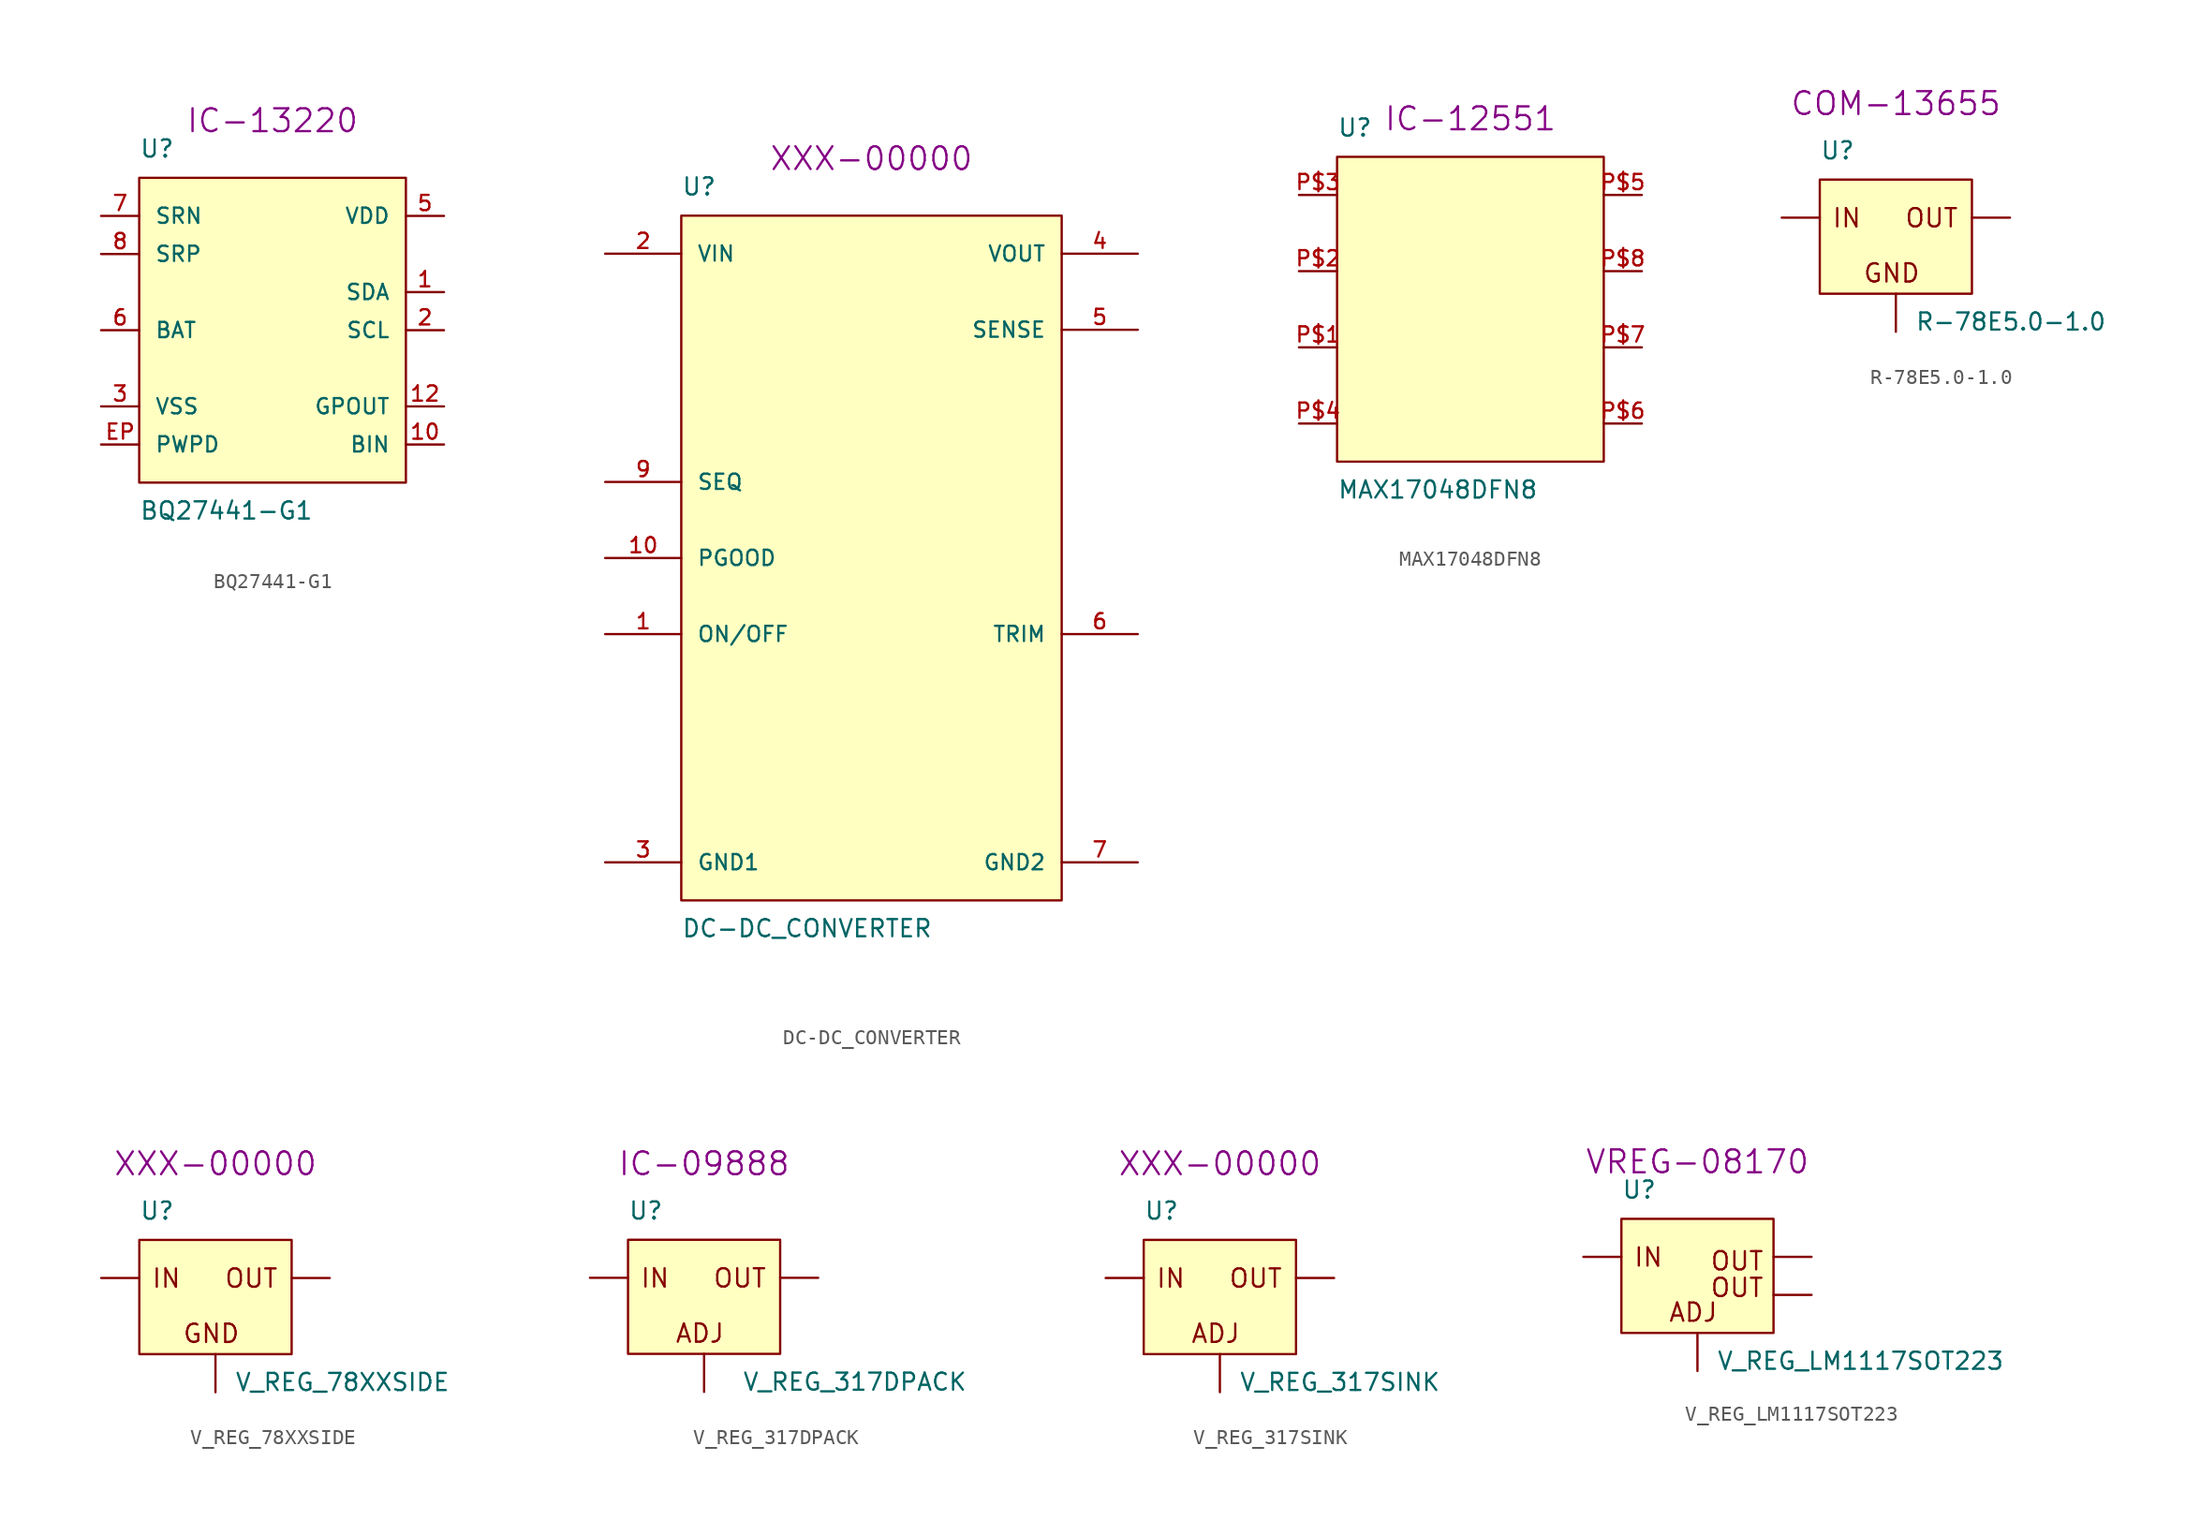
<source format=kicad_sym>
(kicad_symbol_lib
  (version 20201005)
  (generator kicad_symbol_editor)
  (symbol "BQ27441-G1"
    (pin_names
      (offset 1.016))
    (property "Reference" "U"
      (at -8.89 11.43 0)
      (effects (font (size 1.143 1.143)) (justify left bottom)))
    (property "Value" "BQ27441-G1"
      (at -8.89 -12.7 0)
      (effects (font (size 1.143 1.143)) (justify left bottom)))
    (property "Field4" "IC-13220"
      (at 0 13.97 0)
      (effects (font (size 1.524 1.524))))
    (property "ki_locked" ""
      (at 0 0 0)
      (effects (font (size 1.27 1.27))))
    (symbol "BQ27441-G1_1_1"
      (polyline (pts (xy -8.89 10.16) (xy -8.89 -10.16) (xy 8.89 -10.16) (xy 8.89 10.16) (xy -8.89 10.16)) (stroke (width 0)) (fill (type background)))
      (pin bidirectional line (at 11.43 2.54 180) (length 2.54) (name "SDA" (effects (font (size 1.016 1.016)))) (number "1" (effects (font (size 1.016 1.016)))))
      (pin bidirectional line (at 11.43 0 180) (length 2.54) (name "SCL" (effects (font (size 1.016 1.016)))) (number "2" (effects (font (size 1.016 1.016)))))
      (pin bidirectional line (at -11.43 -5.08 0) (length 2.54) (name "VSS" (effects (font (size 1.016 1.016)))) (number "3" (effects (font (size 1.016 1.016)))))
      (pin bidirectional line (at 11.43 7.62 180) (length 2.54) (name "VDD" (effects (font (size 1.016 1.016)))) (number "5" (effects (font (size 1.016 1.016)))))
      (pin bidirectional line (at -11.43 0 0) (length 2.54) (name "BAT" (effects (font (size 1.016 1.016)))) (number "6" (effects (font (size 1.016 1.016)))))
      (pin bidirectional line (at -11.43 7.62 0) (length 2.54) (name "SRN" (effects (font (size 1.016 1.016)))) (number "7" (effects (font (size 1.016 1.016)))))
      (pin bidirectional line (at -11.43 5.08 0) (length 2.54) (name "SRP" (effects (font (size 1.016 1.016)))) (number "8" (effects (font (size 1.016 1.016)))))
      (pin bidirectional line (at 11.43 -7.62 180) (length 2.54) (name "BIN" (effects (font (size 1.016 1.016)))) (number "10" (effects (font (size 1.016 1.016)))))
      (pin bidirectional line (at 11.43 -5.08 180) (length 2.54) (name "GPOUT" (effects (font (size 1.016 1.016)))) (number "12" (effects (font (size 1.016 1.016)))))
      (pin bidirectional line (at -11.43 -7.62 0) (length 2.54) (name "PWPD" (effects (font (size 1.016 1.016)))) (number "EP" (effects (font (size 1.016 1.016)))))
      (pin bidirectional line (at -11.43 -7.62 0) (length 2.54) hide (name "PWPD" (effects (font (size 1.016 1.016)))) (number "EP1" (effects (font (size 1.016 1.016)))))
      (pin bidirectional line (at -11.43 -7.62 0) (length 2.54) hide (name "PWPD" (effects (font (size 1.016 1.016)))) (number "EP2" (effects (font (size 1.016 1.016)))))
      (pin bidirectional line (at -11.43 -7.62 0) (length 2.54) hide (name "PWPD" (effects (font (size 1.016 1.016)))) (number "EP3" (effects (font (size 1.016 1.016)))))
      (pin bidirectional line (at -11.43 -7.62 0) (length 2.54) hide (name "PWPD" (effects (font (size 1.016 1.016)))) (number "EP4" (effects (font (size 1.016 1.016)))))))
  (symbol "DC-DC_CONVERTER"
    (pin_names
      (offset 1.016))
    (property "Reference" "U"
      (at -12.7 24.13 0)
      (effects (font (size 1.143 1.143)) (justify left bottom)))
    (property "Value" "DC-DC_CONVERTER"
      (at -12.7 -25.4 0)
      (effects (font (size 1.143 1.143)) (justify left bottom)))
    (property "Field4" "XXX-00000"
      (at 0 26.67 0)
      (effects (font (size 1.524 1.524))))
    (property "ki_locked" ""
      (at 0 0 0)
      (effects (font (size 1.27 1.27))))
    (symbol "DC-DC_CONVERTER_1_1"
      (polyline (pts (xy -12.7 22.86) (xy -12.7 -22.86) (xy 12.7 -22.86) (xy 12.7 22.86) (xy -12.7 22.86)) (stroke (width 0)) (fill (type background)))
      (pin bidirectional line (at -17.78 -5.08 0) (length 5.08) (name "ON/OFF" (effects (font (size 1.016 1.016)))) (number "1" (effects (font (size 1.016 1.016)))))
      (pin bidirectional line (at -17.78 20.32 0) (length 5.08) (name "VIN" (effects (font (size 1.016 1.016)))) (number "2" (effects (font (size 1.016 1.016)))))
      (pin bidirectional line (at -17.78 -20.32 0) (length 5.08) (name "GND1" (effects (font (size 1.016 1.016)))) (number "3" (effects (font (size 1.016 1.016)))))
      (pin bidirectional line (at 17.78 20.32 180) (length 5.08) (name "VOUT" (effects (font (size 1.016 1.016)))) (number "4" (effects (font (size 1.016 1.016)))))
      (pin bidirectional line (at 17.78 15.24 180) (length 5.08) (name "SENSE" (effects (font (size 1.016 1.016)))) (number "5" (effects (font (size 1.016 1.016)))))
      (pin bidirectional line (at 17.78 -5.08 180) (length 5.08) (name "TRIM" (effects (font (size 1.016 1.016)))) (number "6" (effects (font (size 1.016 1.016)))))
      (pin bidirectional line (at 17.78 -20.32 180) (length 5.08) (name "GND2" (effects (font (size 1.016 1.016)))) (number "7" (effects (font (size 1.016 1.016)))))
      (pin bidirectional line (at -17.78 5.08 0) (length 5.08) (name "SEQ" (effects (font (size 1.016 1.016)))) (number "9" (effects (font (size 1.016 1.016)))))
      (pin bidirectional line (at -17.78 0 0) (length 5.08) (name "PGOOD" (effects (font (size 1.016 1.016)))) (number "10" (effects (font (size 1.016 1.016)))))))
  (symbol "MAX17048DFN8"
    (pin_names
      (offset 1.016) hide)
    (property "Reference" "U"
      (at -8.89 11.43 0)
      (effects (font (size 1.143 1.143)) (justify left bottom)))
    (property "Value" "MAX17048DFN8"
      (at -8.89 -12.7 0)
      (effects (font (size 1.143 1.143)) (justify left bottom)))
    (property "Field4" "IC-12551"
      (at 0 12.7 0)
      (effects (font (size 1.524 1.524))))
    (property "ki_locked" ""
      (at 0 0 0)
      (effects (font (size 1.27 1.27))))
    (symbol "MAX17048DFN8_1_1"
      (polyline (pts (xy 8.89 -10.16) (xy 8.89 10.16) (xy -8.89 10.16) (xy -8.89 -10.16) (xy 8.89 -10.16)) (stroke (width 0)) (fill (type background)))
      (pin input line (at -11.43 -2.54 0) (length 2.54) (name "CTG" (effects (font (size 1.016 1.016)))) (number "P$1" (effects (font (size 1.016 1.016)))))
      (pin input line (at -11.43 2.54 0) (length 2.54) (name "CELL" (effects (font (size 1.016 1.016)))) (number "P$2" (effects (font (size 1.016 1.016)))))
      (pin bidirectional line (at -11.43 7.62 0) (length 2.54) (name "VDD" (effects (font (size 1.016 1.016)))) (number "P$3" (effects (font (size 1.016 1.016)))))
      (pin bidirectional line (at -11.43 -7.62 0) (length 2.54) (name "GND" (effects (font (size 1.016 1.016)))) (number "P$4" (effects (font (size 1.016 1.016)))))
      (pin bidirectional line (at 11.43 7.62 180) (length 2.54) (name "~ALRT" (effects (font (size 1.016 1.016)))) (number "P$5" (effects (font (size 1.016 1.016)))))
      (pin bidirectional line (at 11.43 -7.62 180) (length 2.54) (name "QSTRT" (effects (font (size 1.016 1.016)))) (number "P$6" (effects (font (size 1.016 1.016)))))
      (pin output line (at 11.43 -2.54 180) (length 2.54) (name "SCL" (effects (font (size 1.016 1.016)))) (number "P$7" (effects (font (size 1.016 1.016)))))
      (pin input line (at 11.43 2.54 180) (length 2.54) (name "SDA" (effects (font (size 1.016 1.016)))) (number "P$8" (effects (font (size 1.016 1.016)))))
      (pin bidirectional line (at -11.43 -7.62 0) (length 2.54) hide (name "GND" (effects (font (size 1.016 1.016)))) (number "P$9" (effects (font (size 1.016 1.016)))))))
  (symbol "R-78E5.0-1.0"
    (pin_numbers hide)
    (pin_names
      (offset 1.016) hide)
    (property "Reference" "U"
      (at -5.08 3.81 0)
      (effects (font (size 1.143 1.143)) (justify left bottom)))
    (property "Value" "R-78E5.0-1.0"
      (at 1.27 -7.62 0)
      (effects (font (size 1.143 1.143)) (justify left bottom)))
    (property "Field4" "COM-13655"
      (at 0 7.62 0)
      (effects (font (size 1.524 1.524))))
    (property "ki_locked" ""
      (at 0 0 0)
      (effects (font (size 1.27 1.27))))
    (symbol "R-78E5.0-1.0_1_0"
      (text "GND" (at -0.279 -3.708 0) (effects (font (size 1.219 1.219))))
      (text "IN" (at -3.277 -0.025 0) (effects (font (size 1.219 1.219))))
      (text "OUT" (at 2.388 -0.025 0) (effects (font (size 1.219 1.219)))))
    (symbol "R-78E5.0-1.0_1_1"
      (polyline (pts (xy -5.08 -5.08) (xy 5.08 -5.08) (xy 5.08 2.54) (xy -5.08 2.54) (xy -5.08 -5.08)) (stroke (width 0)) (fill (type background)))
      (pin input line (at 0 -7.62 90) (length 2.54) (name "GND" (effects (font (size 1.016 1.016)))) (number "GND" (effects (font (size 1.016 1.016)))))
      (pin input line (at -7.62 0 0) (length 2.54) (name "IN" (effects (font (size 1.016 1.016)))) (number "VIN" (effects (font (size 1.016 1.016)))))
      (pin passive line (at 7.62 0 180) (length 2.54) (name "OUT" (effects (font (size 1.016 1.016)))) (number "VOUT" (effects (font (size 1.016 1.016)))))))
  (symbol "V_REG_78XXSIDE"
    (pin_numbers hide)
    (pin_names
      (offset 1.016) hide)
    (property "Reference" "U"
      (at -5.08 3.81 0)
      (effects (font (size 1.143 1.143)) (justify left bottom)))
    (property "Value" "V_REG_78XXSIDE"
      (at 1.27 -7.62 0)
      (effects (font (size 1.143 1.143)) (justify left bottom)))
    (property "Field4" "XXX-00000"
      (at 0 7.62 0)
      (effects (font (size 1.524 1.524))))
    (property "ki_locked" ""
      (at 0 0 0)
      (effects (font (size 1.27 1.27))))
    (symbol "V_REG_78XXSIDE_1_0"
      (text "GND" (at -0.279 -3.708 0) (effects (font (size 1.219 1.219))))
      (text "IN" (at -3.277 -0.025 0) (effects (font (size 1.219 1.219))))
      (text "OUT" (at 2.388 -0.025 0) (effects (font (size 1.219 1.219)))))
    (symbol "V_REG_78XXSIDE_1_1"
      (polyline (pts (xy -5.08 -5.08) (xy 5.08 -5.08) (xy 5.08 2.54) (xy -5.08 2.54) (xy -5.08 -5.08)) (stroke (width 0)) (fill (type background)))
      (pin input line (at -7.62 0 0) (length 2.54) (name "IN" (effects (font (size 1.016 1.016)))) (number "IN" (effects (font (size 1.016 1.016)))))
      (pin input line (at 0 -7.62 90) (length 2.54) (name "GND" (effects (font (size 1.016 1.016)))) (number "GND" (effects (font (size 1.016 1.016)))))
      (pin passive line (at 7.62 0 180) (length 2.54) (name "OUT" (effects (font (size 1.016 1.016)))) (number "OUT" (effects (font (size 1.016 1.016)))))))
  (symbol "V_REG_317DPACK"
    (pin_numbers hide)
    (pin_names
      (offset 1.016) hide)
    (property "Reference" "U"
      (at -5.08 3.81 0)
      (effects (font (size 1.143 1.143)) (justify left bottom)))
    (property "Value" "V_REG_317DPACK"
      (at 2.54 -7.62 0)
      (effects (font (size 1.143 1.143)) (justify left bottom)))
    (property "Field4" "IC-09888"
      (at 0 7.62 0)
      (effects (font (size 1.524 1.524))))
    (property "ki_locked" ""
      (at 0 0 0)
      (effects (font (size 1.27 1.27))))
    (symbol "V_REG_317DPACK_1_0"
      (text "ADJ" (at -0.279 -3.708 0) (effects (font (size 1.219 1.219))))
      (text "IN" (at -3.277 -0.025 0) (effects (font (size 1.219 1.219))))
      (text "OUT" (at 2.388 -0.025 0) (effects (font (size 1.219 1.219)))))
    (symbol "V_REG_317DPACK_1_1"
      (polyline (pts (xy -5.08 -5.08) (xy 5.08 -5.08) (xy 5.08 2.54) (xy -5.08 2.54) (xy -5.08 -5.08)) (stroke (width 0)) (fill (type background)))
      (pin input line (at 0 -7.62 90) (length 2.54) (name "ADJ" (effects (font (size 1.016 1.016)))) (number "1" (effects (font (size 1.016 1.016)))))
      (pin input line (at -7.62 0 0) (length 2.54) (name "IN" (effects (font (size 1.016 1.016)))) (number "3" (effects (font (size 1.016 1.016)))))
      (pin output line (at 7.62 0 180) (length 2.54) (name "OUT" (effects (font (size 1.016 1.016)))) (number "4" (effects (font (size 1.016 1.016)))))))
  (symbol "V_REG_317SINK"
    (pin_numbers hide)
    (pin_names
      (offset 1.016) hide)
    (property "Reference" "U"
      (at -5.08 3.81 0)
      (effects (font (size 1.143 1.143)) (justify left bottom)))
    (property "Value" "V_REG_317SINK"
      (at 1.27 -7.62 0)
      (effects (font (size 1.143 1.143)) (justify left bottom)))
    (property "Field4" "XXX-00000"
      (at 0 7.62 0)
      (effects (font (size 1.524 1.524))))
    (property "ki_locked" ""
      (at 0 0 0)
      (effects (font (size 1.27 1.27))))
    (symbol "V_REG_317SINK_1_0"
      (text "ADJ" (at -0.279 -3.708 0) (effects (font (size 1.219 1.219))))
      (text "IN" (at -3.277 -0.025 0) (effects (font (size 1.219 1.219))))
      (text "OUT" (at 2.388 -0.025 0) (effects (font (size 1.219 1.219)))))
    (symbol "V_REG_317SINK_1_1"
      (polyline (pts (xy -5.08 -5.08) (xy 5.08 -5.08) (xy 5.08 2.54) (xy -5.08 2.54) (xy -5.08 -5.08)) (stroke (width 0)) (fill (type background)))
      (pin input line (at -7.62 0 0) (length 2.54) (name "IN" (effects (font (size 1.016 1.016)))) (number "IN" (effects (font (size 1.016 1.016)))))
      (pin input line (at 0 -7.62 90) (length 2.54) (name "ADJ" (effects (font (size 1.016 1.016)))) (number "ADJ" (effects (font (size 1.016 1.016)))))
      (pin output line (at 7.62 0 180) (length 2.54) (name "OUT" (effects (font (size 1.016 1.016)))) (number "OUT" (effects (font (size 1.016 1.016)))))))
  (symbol "V_REG_LM1117SOT223"
    (pin_numbers hide)
    (pin_names
      (offset 1.016) hide)
    (property "Reference" "U"
      (at -5.08 3.81 0)
      (effects (font (size 1.143 1.143)) (justify left bottom)))
    (property "Value" "V_REG_LM1117SOT223"
      (at 1.27 -7.62 0)
      (effects (font (size 1.143 1.143)) (justify left bottom)))
    (property "Field4" "VREG-08170"
      (at 0 6.35 0)
      (effects (font (size 1.524 1.524))))
    (property "ki_locked" ""
      (at 0 0 0)
      (effects (font (size 1.27 1.27))))
    (symbol "V_REG_LM1117SOT223_1_0"
      (text "ADJ" (at -0.279 -3.708 0) (effects (font (size 1.219 1.219))))
      (text "IN" (at -3.277 -0.025 0) (effects (font (size 1.219 1.219))))
      (text "OUT" (at 2.642 -2.057 0) (effects (font (size 1.219 1.219))))
      (text "OUT" (at 2.642 -0.279 0) (effects (font (size 1.219 1.219)))))
    (symbol "V_REG_LM1117SOT223_1_1"
      (polyline (pts (xy -5.08 -5.08) (xy 5.08 -5.08) (xy 5.08 2.54) (xy -5.08 2.54) (xy -5.08 -5.08)) (stroke (width 0)) (fill (type background)))
      (pin input line (at 0 -7.62 90) (length 2.54) (name "ADJ" (effects (font (size 1.016 1.016)))) (number "1" (effects (font (size 1.016 1.016)))))
      (pin output line (at 7.62 0 180) (length 2.54) (name "OUT" (effects (font (size 1.016 1.016)))) (number "2" (effects (font (size 1.016 1.016)))))
      (pin input line (at -7.62 0 0) (length 2.54) (name "IN" (effects (font (size 1.016 1.016)))) (number "3" (effects (font (size 1.016 1.016)))))
      (pin output line (at 7.62 -2.54 180) (length 2.54) (name "OUT" (effects (font (size 1.016 1.016)))) (number "4" (effects (font (size 1.016 1.016))))))))
</source>
